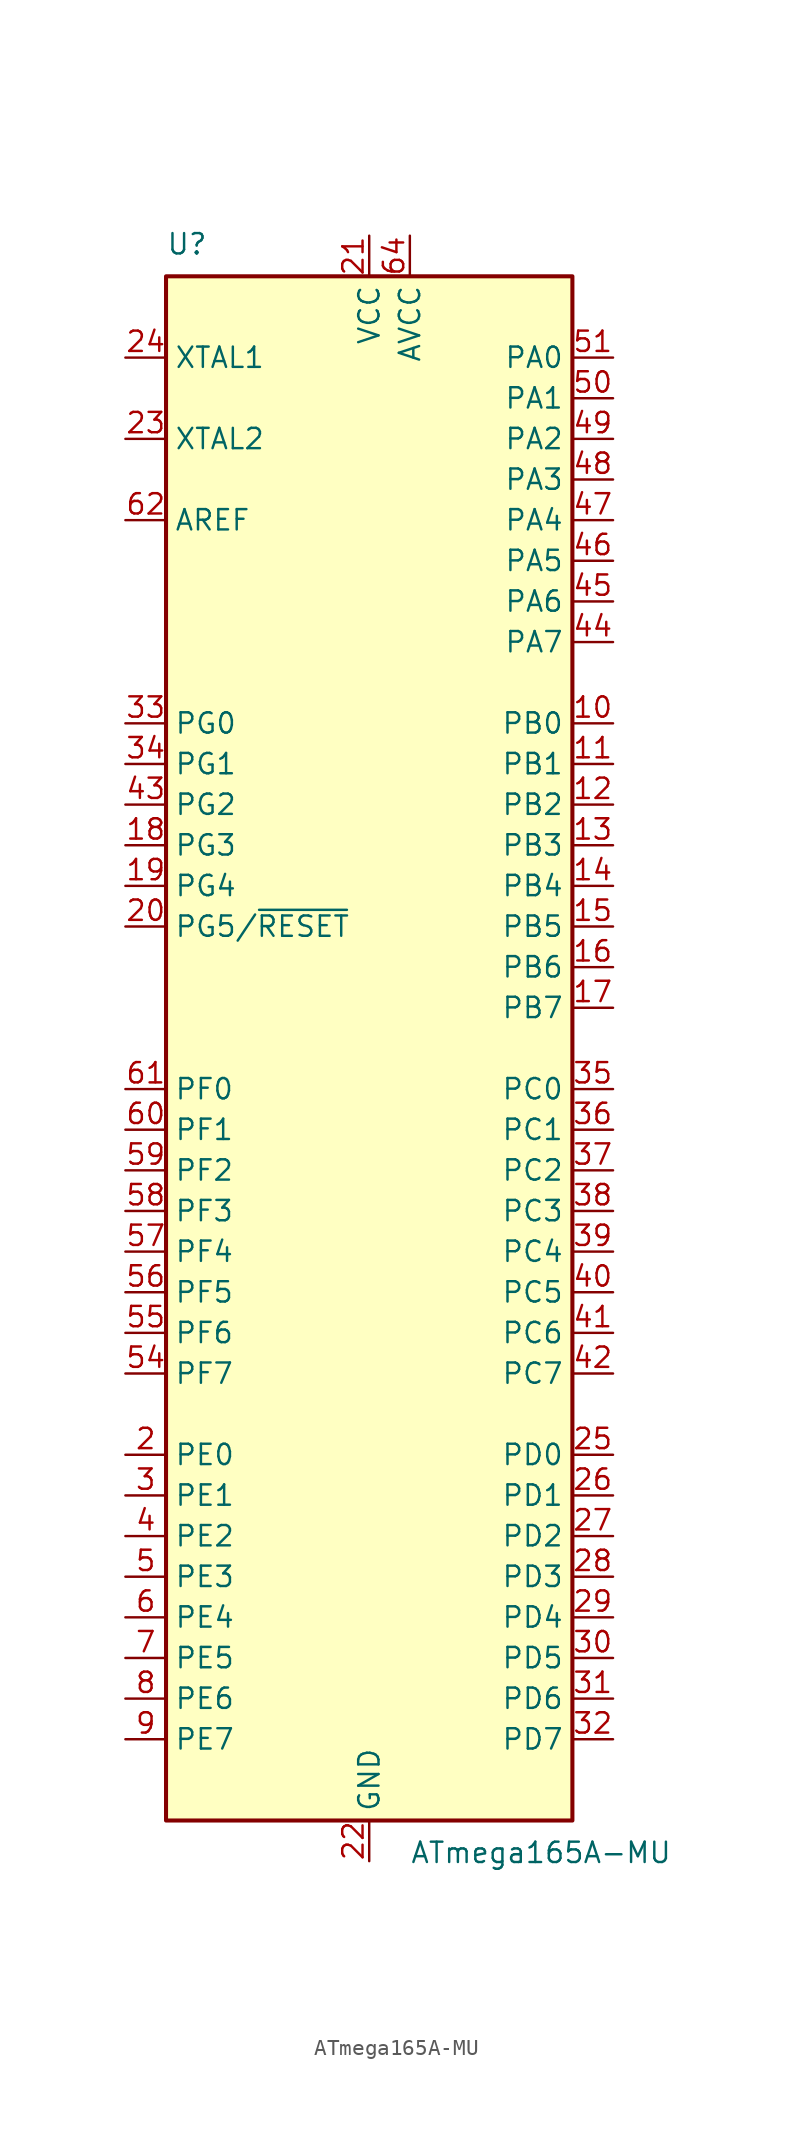
<source format=kicad_sym>
(kicad_symbol_lib
  (version 20201005)
  (generator kicad_symbol_editor)
  (symbol "ATmega165A-MU"
    (property "Reference" "U"
      (at -12.7 49.53 0)
      (effects (font (size 1.27 1.27)) (justify left bottom)))
    (property "Value" "ATmega165A-MU"
      (at 2.54 -49.53 0)
      (effects (font (size 1.27 1.27)) (justify left top)))
    (symbol "ATmega165A-MU_0_1"
      (rectangle (start -12.7 -48.26) (end 12.7 48.26) (stroke (width 0.254)) (fill (type background))))
    (symbol "ATmega165A-MU_1_1"
      (pin no_connect line (at -12.7 -45.72 0) (length 2.54) hide (name "NC" (effects (font (size 1.27 1.27)))) (number "1" (effects (font (size 1.27 1.27)))))
      (pin tri_state line (at 15.24 20.32 180) (length 2.54) (name "PB0" (effects (font (size 1.27 1.27)))) (number "10" (effects (font (size 1.27 1.27)))))
      (pin tri_state line (at 15.24 17.78 180) (length 2.54) (name "PB1" (effects (font (size 1.27 1.27)))) (number "11" (effects (font (size 1.27 1.27)))))
      (pin tri_state line (at 15.24 15.24 180) (length 2.54) (name "PB2" (effects (font (size 1.27 1.27)))) (number "12" (effects (font (size 1.27 1.27)))))
      (pin tri_state line (at 15.24 12.7 180) (length 2.54) (name "PB3" (effects (font (size 1.27 1.27)))) (number "13" (effects (font (size 1.27 1.27)))))
      (pin tri_state line (at 15.24 10.16 180) (length 2.54) (name "PB4" (effects (font (size 1.27 1.27)))) (number "14" (effects (font (size 1.27 1.27)))))
      (pin tri_state line (at 15.24 7.62 180) (length 2.54) (name "PB5" (effects (font (size 1.27 1.27)))) (number "15" (effects (font (size 1.27 1.27)))))
      (pin tri_state line (at 15.24 5.08 180) (length 2.54) (name "PB6" (effects (font (size 1.27 1.27)))) (number "16" (effects (font (size 1.27 1.27)))))
      (pin tri_state line (at 15.24 2.54 180) (length 2.54) (name "PB7" (effects (font (size 1.27 1.27)))) (number "17" (effects (font (size 1.27 1.27)))))
      (pin tri_state line (at -15.24 12.7 0) (length 2.54) (name "PG3" (effects (font (size 1.27 1.27)))) (number "18" (effects (font (size 1.27 1.27)))))
      (pin tri_state line (at -15.24 10.16 0) (length 2.54) (name "PG4" (effects (font (size 1.27 1.27)))) (number "19" (effects (font (size 1.27 1.27)))))
      (pin tri_state line (at -15.24 -25.4 0) (length 2.54) (name "PE0" (effects (font (size 1.27 1.27)))) (number "2" (effects (font (size 1.27 1.27)))))
      (pin tri_state line (at -15.24 7.62 0) (length 2.54) (name "PG5/~RESET" (effects (font (size 1.27 1.27)))) (number "20" (effects (font (size 1.27 1.27)))))
      (pin power_in line (at 0 50.8 270) (length 2.54) (name "VCC" (effects (font (size 1.27 1.27)))) (number "21" (effects (font (size 1.27 1.27)))))
      (pin power_in line (at 0 -50.8 90) (length 2.54) (name "GND" (effects (font (size 1.27 1.27)))) (number "22" (effects (font (size 1.27 1.27)))))
      (pin output line (at -15.24 38.1 0) (length 2.54) (name "XTAL2" (effects (font (size 1.27 1.27)))) (number "23" (effects (font (size 1.27 1.27)))))
      (pin input line (at -15.24 43.18 0) (length 2.54) (name "XTAL1" (effects (font (size 1.27 1.27)))) (number "24" (effects (font (size 1.27 1.27)))))
      (pin tri_state line (at 15.24 -25.4 180) (length 2.54) (name "PD0" (effects (font (size 1.27 1.27)))) (number "25" (effects (font (size 1.27 1.27)))))
      (pin tri_state line (at 15.24 -27.94 180) (length 2.54) (name "PD1" (effects (font (size 1.27 1.27)))) (number "26" (effects (font (size 1.27 1.27)))))
      (pin tri_state line (at 15.24 -30.48 180) (length 2.54) (name "PD2" (effects (font (size 1.27 1.27)))) (number "27" (effects (font (size 1.27 1.27)))))
      (pin tri_state line (at 15.24 -33.02 180) (length 2.54) (name "PD3" (effects (font (size 1.27 1.27)))) (number "28" (effects (font (size 1.27 1.27)))))
      (pin tri_state line (at 15.24 -35.56 180) (length 2.54) (name "PD4" (effects (font (size 1.27 1.27)))) (number "29" (effects (font (size 1.27 1.27)))))
      (pin tri_state line (at -15.24 -27.94 0) (length 2.54) (name "PE1" (effects (font (size 1.27 1.27)))) (number "3" (effects (font (size 1.27 1.27)))))
      (pin tri_state line (at 15.24 -38.1 180) (length 2.54) (name "PD5" (effects (font (size 1.27 1.27)))) (number "30" (effects (font (size 1.27 1.27)))))
      (pin tri_state line (at 15.24 -40.64 180) (length 2.54) (name "PD6" (effects (font (size 1.27 1.27)))) (number "31" (effects (font (size 1.27 1.27)))))
      (pin tri_state line (at 15.24 -43.18 180) (length 2.54) (name "PD7" (effects (font (size 1.27 1.27)))) (number "32" (effects (font (size 1.27 1.27)))))
      (pin tri_state line (at -15.24 20.32 0) (length 2.54) (name "PG0" (effects (font (size 1.27 1.27)))) (number "33" (effects (font (size 1.27 1.27)))))
      (pin tri_state line (at -15.24 17.78 0) (length 2.54) (name "PG1" (effects (font (size 1.27 1.27)))) (number "34" (effects (font (size 1.27 1.27)))))
      (pin tri_state line (at 15.24 -2.54 180) (length 2.54) (name "PC0" (effects (font (size 1.27 1.27)))) (number "35" (effects (font (size 1.27 1.27)))))
      (pin tri_state line (at 15.24 -5.08 180) (length 2.54) (name "PC1" (effects (font (size 1.27 1.27)))) (number "36" (effects (font (size 1.27 1.27)))))
      (pin tri_state line (at 15.24 -7.62 180) (length 2.54) (name "PC2" (effects (font (size 1.27 1.27)))) (number "37" (effects (font (size 1.27 1.27)))))
      (pin tri_state line (at 15.24 -10.16 180) (length 2.54) (name "PC3" (effects (font (size 1.27 1.27)))) (number "38" (effects (font (size 1.27 1.27)))))
      (pin tri_state line (at 15.24 -12.7 180) (length 2.54) (name "PC4" (effects (font (size 1.27 1.27)))) (number "39" (effects (font (size 1.27 1.27)))))
      (pin tri_state line (at -15.24 -30.48 0) (length 2.54) (name "PE2" (effects (font (size 1.27 1.27)))) (number "4" (effects (font (size 1.27 1.27)))))
      (pin tri_state line (at 15.24 -15.24 180) (length 2.54) (name "PC5" (effects (font (size 1.27 1.27)))) (number "40" (effects (font (size 1.27 1.27)))))
      (pin tri_state line (at 15.24 -17.78 180) (length 2.54) (name "PC6" (effects (font (size 1.27 1.27)))) (number "41" (effects (font (size 1.27 1.27)))))
      (pin tri_state line (at 15.24 -20.32 180) (length 2.54) (name "PC7" (effects (font (size 1.27 1.27)))) (number "42" (effects (font (size 1.27 1.27)))))
      (pin tri_state line (at -15.24 15.24 0) (length 2.54) (name "PG2" (effects (font (size 1.27 1.27)))) (number "43" (effects (font (size 1.27 1.27)))))
      (pin tri_state line (at 15.24 25.4 180) (length 2.54) (name "PA7" (effects (font (size 1.27 1.27)))) (number "44" (effects (font (size 1.27 1.27)))))
      (pin tri_state line (at 15.24 27.94 180) (length 2.54) (name "PA6" (effects (font (size 1.27 1.27)))) (number "45" (effects (font (size 1.27 1.27)))))
      (pin tri_state line (at 15.24 30.48 180) (length 2.54) (name "PA5" (effects (font (size 1.27 1.27)))) (number "46" (effects (font (size 1.27 1.27)))))
      (pin tri_state line (at 15.24 33.02 180) (length 2.54) (name "PA4" (effects (font (size 1.27 1.27)))) (number "47" (effects (font (size 1.27 1.27)))))
      (pin tri_state line (at 15.24 35.56 180) (length 2.54) (name "PA3" (effects (font (size 1.27 1.27)))) (number "48" (effects (font (size 1.27 1.27)))))
      (pin tri_state line (at 15.24 38.1 180) (length 2.54) (name "PA2" (effects (font (size 1.27 1.27)))) (number "49" (effects (font (size 1.27 1.27)))))
      (pin tri_state line (at -15.24 -33.02 0) (length 2.54) (name "PE3" (effects (font (size 1.27 1.27)))) (number "5" (effects (font (size 1.27 1.27)))))
      (pin tri_state line (at 15.24 40.64 180) (length 2.54) (name "PA1" (effects (font (size 1.27 1.27)))) (number "50" (effects (font (size 1.27 1.27)))))
      (pin tri_state line (at 15.24 43.18 180) (length 2.54) (name "PA0" (effects (font (size 1.27 1.27)))) (number "51" (effects (font (size 1.27 1.27)))))
      (pin passive line (at 0 50.8 270) (length 2.54) hide (name "VCC" (effects (font (size 1.27 1.27)))) (number "52" (effects (font (size 1.27 1.27)))))
      (pin passive line (at 0 -50.8 90) (length 2.54) hide (name "GND" (effects (font (size 1.27 1.27)))) (number "53" (effects (font (size 1.27 1.27)))))
      (pin tri_state line (at -15.24 -20.32 0) (length 2.54) (name "PF7" (effects (font (size 1.27 1.27)))) (number "54" (effects (font (size 1.27 1.27)))))
      (pin tri_state line (at -15.24 -17.78 0) (length 2.54) (name "PF6" (effects (font (size 1.27 1.27)))) (number "55" (effects (font (size 1.27 1.27)))))
      (pin tri_state line (at -15.24 -15.24 0) (length 2.54) (name "PF5" (effects (font (size 1.27 1.27)))) (number "56" (effects (font (size 1.27 1.27)))))
      (pin tri_state line (at -15.24 -12.7 0) (length 2.54) (name "PF4" (effects (font (size 1.27 1.27)))) (number "57" (effects (font (size 1.27 1.27)))))
      (pin tri_state line (at -15.24 -10.16 0) (length 2.54) (name "PF3" (effects (font (size 1.27 1.27)))) (number "58" (effects (font (size 1.27 1.27)))))
      (pin tri_state line (at -15.24 -7.62 0) (length 2.54) (name "PF2" (effects (font (size 1.27 1.27)))) (number "59" (effects (font (size 1.27 1.27)))))
      (pin tri_state line (at -15.24 -35.56 0) (length 2.54) (name "PE4" (effects (font (size 1.27 1.27)))) (number "6" (effects (font (size 1.27 1.27)))))
      (pin tri_state line (at -15.24 -5.08 0) (length 2.54) (name "PF1" (effects (font (size 1.27 1.27)))) (number "60" (effects (font (size 1.27 1.27)))))
      (pin tri_state line (at -15.24 -2.54 0) (length 2.54) (name "PF0" (effects (font (size 1.27 1.27)))) (number "61" (effects (font (size 1.27 1.27)))))
      (pin passive line (at -15.24 33.02 0) (length 2.54) (name "AREF" (effects (font (size 1.27 1.27)))) (number "62" (effects (font (size 1.27 1.27)))))
      (pin passive line (at 0 -50.8 90) (length 2.54) hide (name "GND" (effects (font (size 1.27 1.27)))) (number "63" (effects (font (size 1.27 1.27)))))
      (pin power_in line (at 2.54 50.8 270) (length 2.54) (name "AVCC" (effects (font (size 1.27 1.27)))) (number "64" (effects (font (size 1.27 1.27)))))
      (pin passive line (at 0 -50.8 90) (length 2.54) hide (name "GND" (effects (font (size 1.27 1.27)))) (number "65" (effects (font (size 1.27 1.27)))))
      (pin tri_state line (at -15.24 -38.1 0) (length 2.54) (name "PE5" (effects (font (size 1.27 1.27)))) (number "7" (effects (font (size 1.27 1.27)))))
      (pin tri_state line (at -15.24 -40.64 0) (length 2.54) (name "PE6" (effects (font (size 1.27 1.27)))) (number "8" (effects (font (size 1.27 1.27)))))
      (pin tri_state line (at -15.24 -43.18 0) (length 2.54) (name "PE7" (effects (font (size 1.27 1.27)))) (number "9" (effects (font (size 1.27 1.27))))))))
</source>
